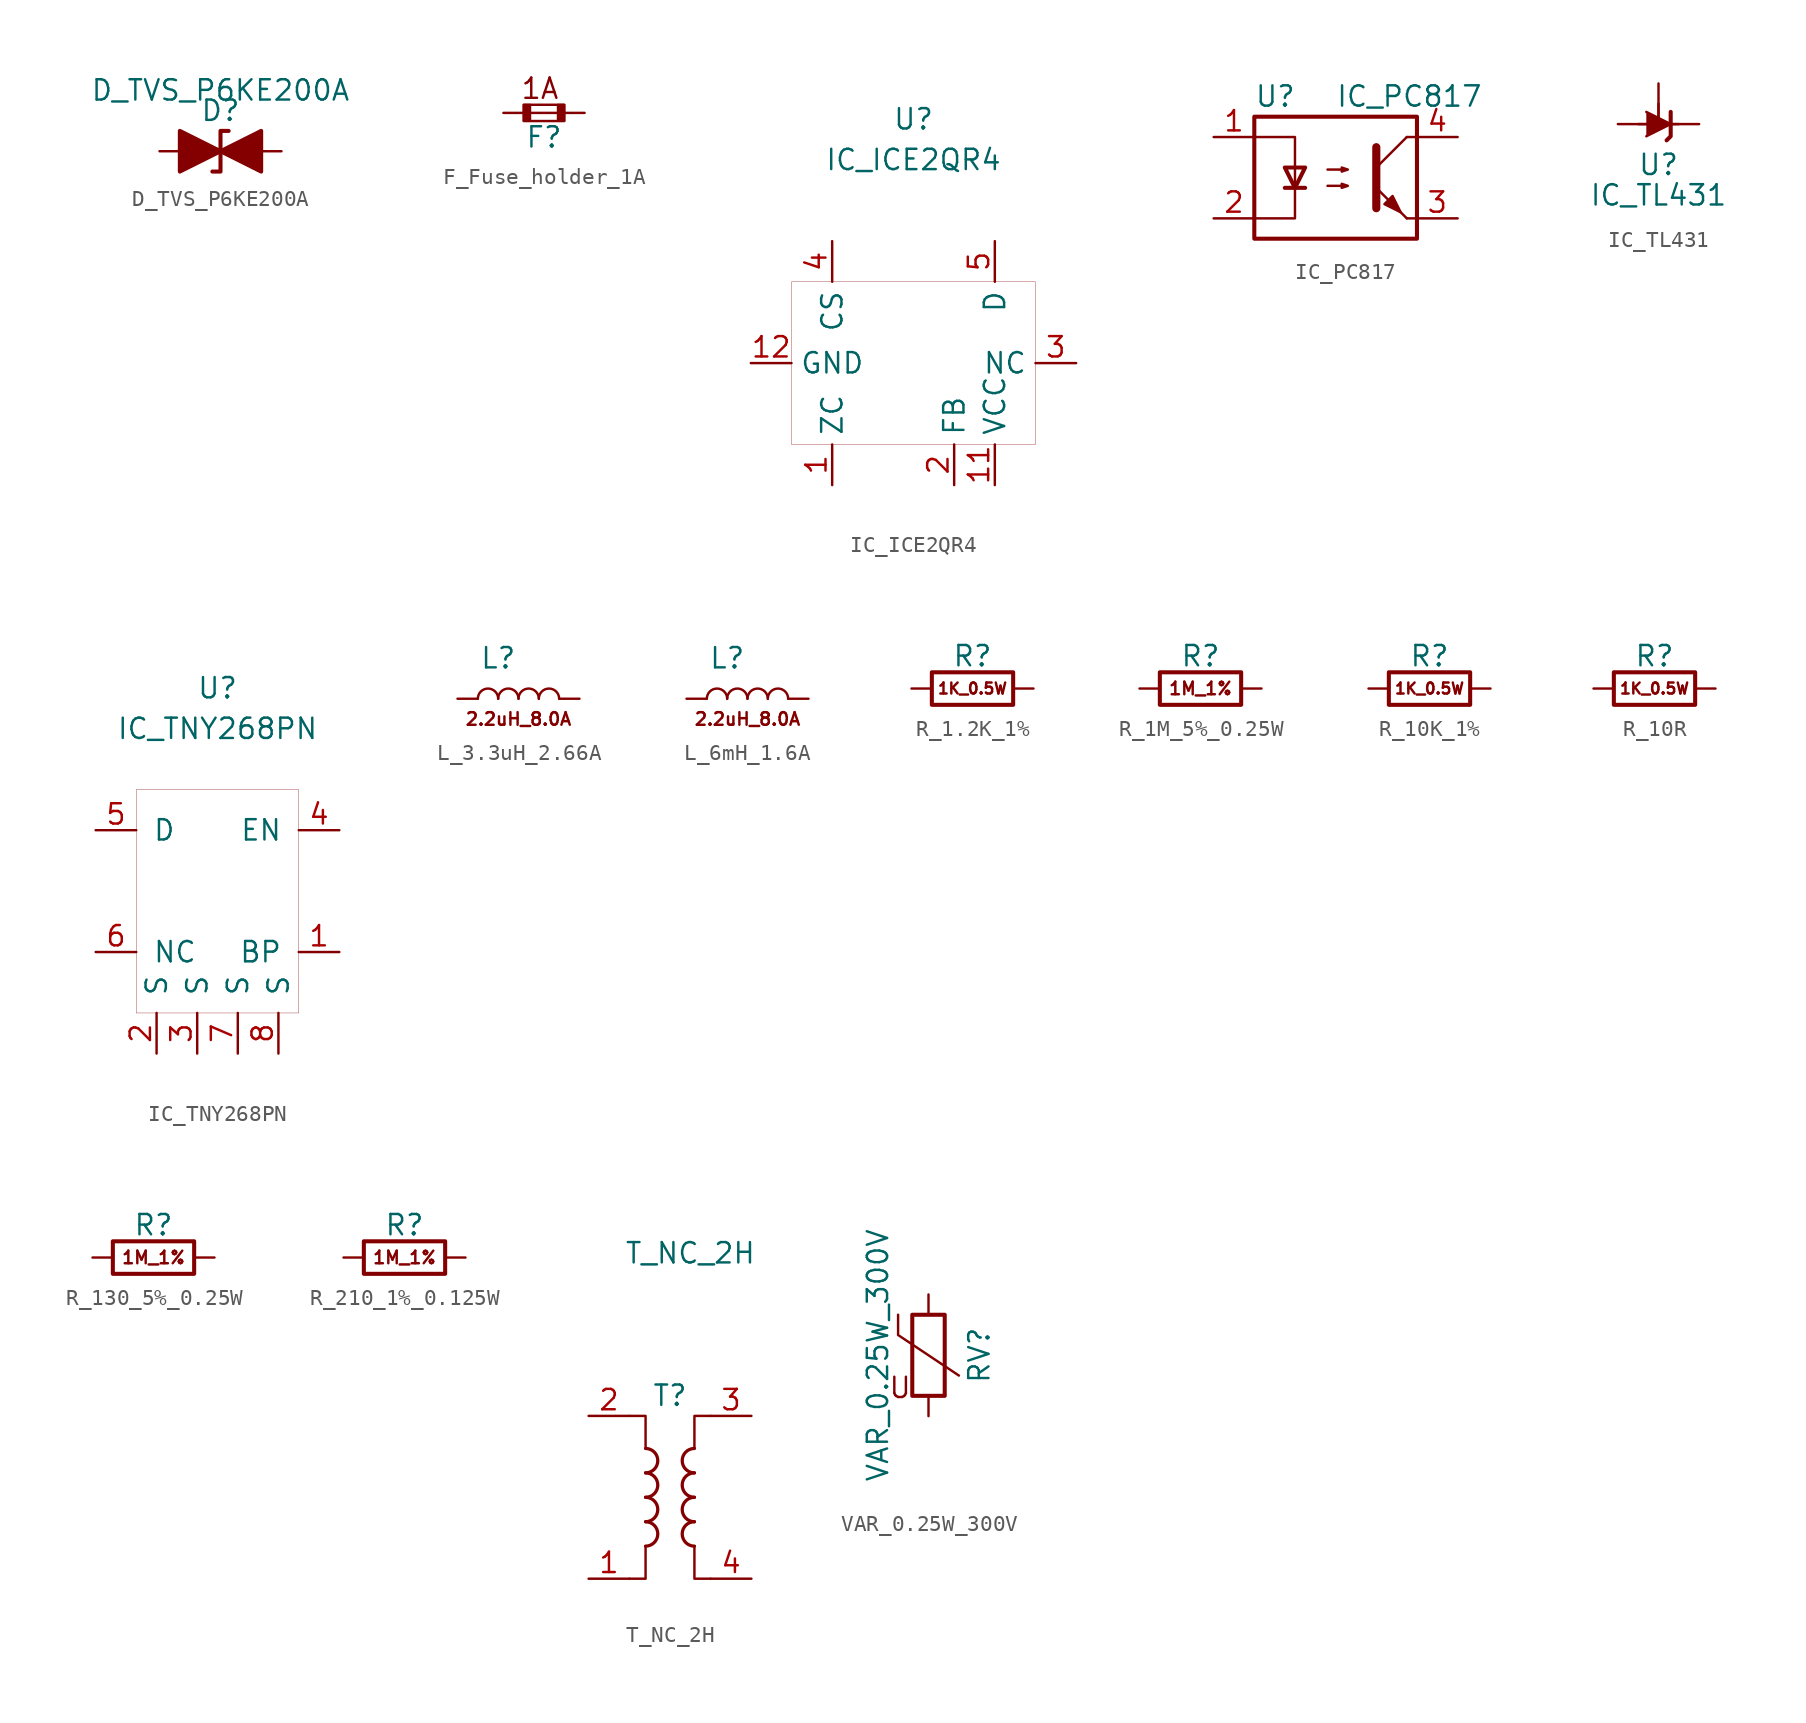
<source format=kicad_sym>
(kicad_symbol_lib
  (version 20201005)
  (generator kicad_symbol_editor)
  (symbol "ATC:D_TVS_P6KE200A"
    (pin_numbers hide)
    (pin_names
      (offset 1.016) hide)
    (property "Reference" "D"
      (at 0 2.54 0)
      (effects (font (size 1.27 1.27))))
    (property "Value" "D_TVS_P6KE200A"
      (at 0 3.81 0)
      (effects (font (size 1.27 1.27))))
    (symbol "D_TVS_P6KE200A_0_1"
      (polyline (pts (xy 1.27 0) (xy -1.27 0)) (stroke (width 0)) (fill (type none)))
      (polyline (pts (xy 0.508 1.27) (xy 0 1.27) (xy 0 -1.27) (xy -0.508 -1.27)) (stroke (width 0.254)) (fill (type none)))
      (polyline (pts (xy -2.54 1.27) (xy -2.54 -1.27) (xy 2.54 1.27) (xy 2.54 -1.27) (xy -2.54 1.27)) (stroke (width 0.254)) (fill (type outline))))
    (symbol "D_TVS_P6KE200A_1_1"
      (pin passive line (at -3.81 0 0) (length 2.54) (name "A1" (effects (font (size 1.27 1.27)))) (number "1" (effects (font (size 1.27 1.27)))))
      (pin passive line (at 3.81 0 180) (length 2.54) (name "A2" (effects (font (size 1.27 1.27)))) (number "2" (effects (font (size 1.27 1.27)))))))
  (symbol "ATC:F_Fuse_holder_1A"
    (pin_numbers hide)
    (pin_names
      (offset 0.254) hide)
    (property "Reference" "F"
      (at 0 -1.524 0)
      (effects (font (size 1.27 1.27))))
    (symbol "F_Fuse_holder_1A_0_0"
      (text "1A" (at -0.254 1.524 0) (effects (font (size 1.27 1.27)))))
    (symbol "F_Fuse_holder_1A_0_1"
      (rectangle (start -1.27 0.508) (end 1.27 -0.508) (stroke (width 0)) (fill (type none)))
      (polyline (pts (xy -1.27 0) (xy 1.27 0)) (stroke (width 0)) (fill (type none)))
      (polyline (pts (xy -1.27 0.508) (xy -0.864 0.508) (xy -0.864 -0.508) (xy -1.27 -0.508) (xy -1.27 0.508)) (stroke (width 0.127)) (fill (type outline))))
    (symbol "F_Fuse_holder_1A_1_1"
      (polyline (pts (xy 0.864 0.508) (xy 1.27 0.508) (xy 1.27 -0.508) (xy 0.864 -0.508) (xy 0.864 0.508)) (stroke (width 0.127)) (fill (type outline)))
      (pin passive line (at -2.54 0 0) (length 1.27) (name "~" (effects (font (size 1.27 1.27)))) (number "1" (effects (font (size 1.27 1.27)))))
      (pin passive line (at 2.54 0 180) (length 1.27) (name "~" (effects (font (size 1.27 1.27)))) (number "2" (effects (font (size 1.27 1.27)))))))
  (symbol "ATC:IC_ICE2QR4"
    (property "Reference" "U"
      (at 0 15.24 0)
      (effects (font (size 1.27 1.27))))
    (property "Value" "IC_ICE2QR4"
      (at 0 12.7 0)
      (effects (font (size 1.27 1.27))))
    (symbol "IC_ICE2QR4_0_0"
      (pin unspecified line (at -5.08 -7.62 90) (length 2.54) (name "ZC" (effects (font (size 1.27 1.27)))) (number "1" (effects (font (size 1.27 1.27)))))
      (pin unspecified line (at 2.54 -7.62 90) (length 2.54) (name "FB" (effects (font (size 1.27 1.27)))) (number "2" (effects (font (size 1.27 1.27)))))
      (pin unspecified line (at 5.08 -7.62 90) (length 2.54) (name "VCC" (effects (font (size 1.27 1.27)))) (number "11" (effects (font (size 1.27 1.27)))))
      (pin unspecified line (at -5.08 7.62 270) (length 2.54) (name "CS" (effects (font (size 1.27 1.27)))) (number "4" (effects (font (size 1.27 1.27)))))
      (pin unspecified line (at 5.08 7.62 270) (length 2.54) (name "D" (effects (font (size 1.27 1.27)))) (number "5" (effects (font (size 1.27 1.27)))))
      (pin unspecified line (at 5.08 7.62 270) (length 2.54) hide (name "D" (effects (font (size 1.27 1.27)))) (number "6" (effects (font (size 1.27 1.27)))))
      (pin unspecified line (at 5.08 7.62 270) (length 2.54) hide (name "D" (effects (font (size 1.27 1.27)))) (number "7" (effects (font (size 1.27 1.27)))))
      (pin unspecified line (at 5.08 7.62 270) (length 2.54) hide (name "D" (effects (font (size 1.27 1.27)))) (number "8" (effects (font (size 1.27 1.27)))))
      (pin unspecified line (at -10.16 0 0) (length 2.54) (name "GND" (effects (font (size 1.27 1.27)))) (number "12" (effects (font (size 1.27 1.27)))))
      (pin unspecified line (at 10.16 0 180) (length 2.54) (name "NC" (effects (font (size 1.27 1.27)))) (number "3" (effects (font (size 1.27 1.27)))))
      (pin unspecified line (at 10.16 0 180) (length 2.54) hide (name "NC" (effects (font (size 1.27 1.27)))) (number "10" (effects (font (size 1.27 1.27)))))
      (pin unspecified line (at 10.16 0 180) (length 2.54) hide (name "NC" (effects (font (size 1.27 1.27)))) (number "9" (effects (font (size 1.27 1.27))))))
    (symbol "IC_ICE2QR4_0_1"
      (rectangle (start -7.62 5.08) (end 7.62 -5.08) (stroke (width 0.001)) (fill (type none)))))
  (symbol "ATC:IC_PC817"
    (pin_names
      (offset 1.016))
    (property "Reference" "U"
      (at -5.08 5.08 0)
      (effects (font (size 1.27 1.27)) (justify left)))
    (property "Value" "IC_PC817"
      (at 0 5.08 0)
      (effects (font (size 1.27 1.27)) (justify left)))
    (symbol "IC_PC817_0_1"
      (rectangle (start -5.08 3.81) (end 5.08 -3.81) (stroke (width 0.254)) (fill (type none)))
      (polyline (pts (xy -3.175 -0.635) (xy -1.905 -0.635)) (stroke (width 0.254)) (fill (type none)))
      (polyline (pts (xy 2.54 0.635) (xy 4.445 2.54)) (stroke (width 0)) (fill (type none)))
      (polyline (pts (xy 4.445 -2.54) (xy 2.54 -0.635)) (stroke (width 0)) (fill (type outline)))
      (polyline (pts (xy 4.445 -2.54) (xy 5.08 -2.54)) (stroke (width 0)) (fill (type none)))
      (polyline (pts (xy 4.445 2.54) (xy 5.08 2.54)) (stroke (width 0)) (fill (type none)))
      (polyline (pts (xy -5.08 2.54) (xy -2.54 2.54) (xy -2.54 -0.635)) (stroke (width 0)) (fill (type none)))
      (polyline (pts (xy -2.54 -0.635) (xy -2.54 -2.54) (xy -5.08 -2.54)) (stroke (width 0)) (fill (type none)))
      (polyline (pts (xy 2.54 1.905) (xy 2.54 -1.905) (xy 2.54 -1.905)) (stroke (width 0.508)) (fill (type none)))
      (polyline (pts (xy -2.54 -0.635) (xy -3.175 0.635) (xy -1.905 0.635) (xy -2.54 -0.635)) (stroke (width 0.254)) (fill (type none)))
      (polyline (pts (xy -0.508 -0.508) (xy 0.762 -0.508) (xy 0.381 -0.635) (xy 0.381 -0.381) (xy 0.762 -0.508)) (stroke (width 0)) (fill (type none)))
      (polyline (pts (xy -0.508 0.508) (xy 0.762 0.508) (xy 0.381 0.381) (xy 0.381 0.635) (xy 0.762 0.508)) (stroke (width 0)) (fill (type none)))
      (polyline (pts (xy 3.048 -1.651) (xy 3.556 -1.143) (xy 4.064 -2.159) (xy 3.048 -1.651) (xy 3.048 -1.651)) (stroke (width 0)) (fill (type outline))))
    (symbol "IC_PC817_1_1"
      (pin passive line (at -7.62 2.54 0) (length 2.54) (name "~" (effects (font (size 1.27 1.27)))) (number "1" (effects (font (size 1.27 1.27)))))
      (pin passive line (at -7.62 -2.54 0) (length 2.54) (name "~" (effects (font (size 1.27 1.27)))) (number "2" (effects (font (size 1.27 1.27)))))
      (pin passive line (at 7.62 -2.54 180) (length 2.54) (name "~" (effects (font (size 1.27 1.27)))) (number "3" (effects (font (size 1.27 1.27)))))
      (pin passive line (at 7.62 2.54 180) (length 2.54) (name "~" (effects (font (size 1.27 1.27)))) (number "4" (effects (font (size 1.27 1.27)))))))
  (symbol "ATC:IC_TL431"
    (pin_numbers hide)
    (pin_names hide)
    (property "Reference" "U"
      (at 0 -2.54 0)
      (effects (font (size 1.27 1.27))))
    (property "Value" "IC_TL431"
      (at 0 -4.445 0)
      (effects (font (size 1.27 1.27))))
    (symbol "IC_TL431_0_1"
      (polyline (pts (xy -1.27 0) (xy 0 0) (xy 1.27 0)) (stroke (width 0)) (fill (type none)))
      (polyline (pts (xy -0.762 0.762) (xy 0.762 0) (xy -0.762 -0.762)) (stroke (width 0)) (fill (type outline)))
      (polyline (pts (xy 0.508 -1.016) (xy 0.762 -0.762) (xy 0.762 0.762) (xy 0.762 0.762)) (stroke (width 0.254)) (fill (type none))))
    (symbol "IC_TL431_1_1"
      (polyline (pts (xy 0 1.27) (xy 0 0)) (stroke (width 0)) (fill (type none)))
      (pin passive line (at 2.54 0 180) (length 2.54) (name "K" (effects (font (size 1.27 1.27)))) (number "1" (effects (font (size 1.27 1.27)))))
      (pin passive line (at 0 2.54 270) (length 2.54) (name "A" (effects (font (size 1.27 1.27)))) (number "2" (effects (font (size 1.27 1.27)))))
      (pin passive line (at -2.54 0 0) (length 2.54) (name "REF" (effects (font (size 1.27 1.27)))) (number "3" (effects (font (size 1.27 1.27)))))))
  (symbol "ATC:IC_TNY268PN"
    (pin_names
      (offset 1.016))
    (property "Reference" "U"
      (at 0 12.7 0)
      (effects (font (size 1.27 1.27))))
    (property "Value" "IC_TNY268PN"
      (at 0 10.16 0)
      (effects (font (size 1.27 1.27))))
    (symbol "IC_TNY268PN_0_0"
      (pin passive line (at 7.62 -3.81 180) (length 2.54) (name "BP" (effects (font (size 1.27 1.27)))) (number "1" (effects (font (size 1.27 1.27)))))
      (pin power_in line (at -3.81 -10.16 90) (length 2.54) (name "S" (effects (font (size 1.27 1.27)))) (number "2" (effects (font (size 1.27 1.27)))))
      (pin power_in line (at -1.27 -10.16 90) (length 2.54) (name "S" (effects (font (size 1.27 1.27)))) (number "3" (effects (font (size 1.27 1.27)))))
      (pin input line (at 7.62 3.81 180) (length 2.54) (name "EN" (effects (font (size 1.27 1.27)))) (number "4" (effects (font (size 1.27 1.27)))))
      (pin power_in line (at -7.62 3.81 0) (length 2.54) (name "D" (effects (font (size 1.27 1.27)))) (number "5" (effects (font (size 1.27 1.27)))))
      (pin unspecified line (at -7.62 -3.81 0) (length 2.54) (name "NC" (effects (font (size 1.27 1.27)))) (number "6" (effects (font (size 1.27 1.27)))))
      (pin power_in line (at 1.27 -10.16 90) (length 2.54) (name "S" (effects (font (size 1.27 1.27)))) (number "7" (effects (font (size 1.27 1.27)))))
      (pin power_in line (at 3.81 -10.16 90) (length 2.54) (name "S" (effects (font (size 1.27 1.27)))) (number "8" (effects (font (size 1.27 1.27))))))
    (symbol "IC_TNY268PN_0_1"
      (rectangle (start -5.08 6.35) (end 5.08 -7.62) (stroke (width 0.001)) (fill (type none)))))
  (symbol "ATC:L_3.3uH_2.66A"
    (pin_numbers hide)
    (pin_names
      (offset 1.016) hide)
    (property "Reference" "L"
      (at -1.27 2.54 0)
      (effects (font (size 1.27 1.27))))
    (symbol "L_3.3uH_2.66A_0_0"
      (text "2.2uH_8.0A" (at 0 -1.27 0) (effects (font (size 0.787 0.787)))))
    (symbol "L_3.3uH_2.66A_0_1"
      (arc (start -1.27 0) (end -2.54 0) (radius (at -1.905 0) (length 0.635) (angles 0.1 179.9)) (stroke (width 0)) (fill (type none)))
      (arc (start 0 0) (end -1.27 0) (radius (at -0.635 0) (length 0.635) (angles 0.1 179.9)) (stroke (width 0)) (fill (type none)))
      (arc (start 1.27 0) (end 0 0) (radius (at 0.635 0) (length 0.635) (angles 0.1 179.9)) (stroke (width 0)) (fill (type none)))
      (arc (start 2.54 0) (end 1.27 0) (radius (at 1.905 0) (length 0.635) (angles 0.1 179.9)) (stroke (width 0)) (fill (type none))))
    (symbol "L_3.3uH_2.66A_1_1"
      (pin passive line (at -3.81 0 0) (length 1.27) (name "1" (effects (font (size 1.27 1.27)))) (number "1" (effects (font (size 1.27 1.27)))))
      (pin passive line (at 3.81 0 180) (length 1.27) (name "2" (effects (font (size 1.27 1.27)))) (number "2" (effects (font (size 1.27 1.27)))))))
  (symbol "ATC:L_6mH_1.6A"
    (pin_numbers hide)
    (pin_names
      (offset 1.016) hide)
    (property "Reference" "L"
      (at -1.27 2.54 0)
      (effects (font (size 1.27 1.27))))
    (symbol "L_6mH_1.6A_0_0"
      (text "2.2uH_8.0A" (at 0 -1.27 0) (effects (font (size 0.787 0.787)))))
    (symbol "L_6mH_1.6A_0_1"
      (arc (start -1.27 0) (end -2.54 0) (radius (at -1.905 0) (length 0.635) (angles 0.1 179.9)) (stroke (width 0)) (fill (type none)))
      (arc (start 0 0) (end -1.27 0) (radius (at -0.635 0) (length 0.635) (angles 0.1 179.9)) (stroke (width 0)) (fill (type none)))
      (arc (start 1.27 0) (end 0 0) (radius (at 0.635 0) (length 0.635) (angles 0.1 179.9)) (stroke (width 0)) (fill (type none)))
      (arc (start 2.54 0) (end 1.27 0) (radius (at 1.905 0) (length 0.635) (angles 0.1 179.9)) (stroke (width 0)) (fill (type none))))
    (symbol "L_6mH_1.6A_1_1"
      (pin passive line (at -3.81 0 0) (length 1.27) (name "1" (effects (font (size 1.27 1.27)))) (number "1" (effects (font (size 1.27 1.27)))))
      (pin passive line (at 3.81 0 180) (length 1.27) (name "2" (effects (font (size 1.27 1.27)))) (number "2" (effects (font (size 1.27 1.27)))))))
  (symbol "ATC:R_1.2K_1%"
    (pin_numbers hide)
    (pin_names
      (offset 0))
    (property "Reference" "R"
      (at 0 2.032 0)
      (effects (font (size 1.27 1.27))))
    (symbol "R_1.2K_1%_0_0"
      (text "1K_0.5W" (at 0 0 0) (effects (font (size 0.686 0.686)))))
    (symbol "R_1.2K_1%_0_1"
      (rectangle (start 2.54 -1.016) (end -2.54 1.016) (stroke (width 0.254)) (fill (type none))))
    (symbol "R_1.2K_1%_1_1"
      (pin passive line (at -3.81 0 0) (length 1.27) (name "~" (effects (font (size 1.27 1.27)))) (number "1" (effects (font (size 1.27 1.27)))))
      (pin passive line (at 3.81 0 180) (length 1.27) (name "~" (effects (font (size 1.27 1.27)))) (number "2" (effects (font (size 1.27 1.27)))))))
  (symbol "ATC:R_1M_5%_0.25W"
    (pin_numbers hide)
    (pin_names
      (offset 0))
    (property "Reference" "R"
      (at 0 2.032 0)
      (effects (font (size 1.27 1.27))))
    (symbol "R_1M_5%_0.25W_0_0"
      (text "1M_1%" (at 0 0 0) (effects (font (size 0.787 0.787)))))
    (symbol "R_1M_5%_0.25W_0_1"
      (rectangle (start 2.54 -1.016) (end -2.54 1.016) (stroke (width 0.254)) (fill (type none))))
    (symbol "R_1M_5%_0.25W_1_1"
      (pin passive line (at -3.81 0 0) (length 1.27) (name "~" (effects (font (size 1.27 1.27)))) (number "1" (effects (font (size 1.27 1.27)))))
      (pin passive line (at 3.81 0 180) (length 1.27) (name "~" (effects (font (size 1.27 1.27)))) (number "2" (effects (font (size 1.27 1.27)))))))
  (symbol "ATC:R_10K_1%"
    (pin_numbers hide)
    (pin_names
      (offset 0))
    (property "Reference" "R"
      (at 0 2.032 0)
      (effects (font (size 1.27 1.27))))
    (symbol "R_10K_1%_0_0"
      (text "1K_0.5W" (at 0 0 0) (effects (font (size 0.686 0.686)))))
    (symbol "R_10K_1%_0_1"
      (rectangle (start 2.54 -1.016) (end -2.54 1.016) (stroke (width 0.254)) (fill (type none))))
    (symbol "R_10K_1%_1_1"
      (pin passive line (at -3.81 0 0) (length 1.27) (name "~" (effects (font (size 1.27 1.27)))) (number "1" (effects (font (size 1.27 1.27)))))
      (pin passive line (at 3.81 0 180) (length 1.27) (name "~" (effects (font (size 1.27 1.27)))) (number "2" (effects (font (size 1.27 1.27)))))))
  (symbol "ATC:R_10R"
    (pin_numbers hide)
    (pin_names
      (offset 0))
    (property "Reference" "R"
      (at 0 2.032 0)
      (effects (font (size 1.27 1.27))))
    (symbol "R_10R_0_0"
      (text "1K_0.5W" (at 0 0 0) (effects (font (size 0.686 0.686)))))
    (symbol "R_10R_0_1"
      (rectangle (start 2.54 -1.016) (end -2.54 1.016) (stroke (width 0.254)) (fill (type none))))
    (symbol "R_10R_1_1"
      (pin passive line (at -3.81 0 0) (length 1.27) (name "~" (effects (font (size 1.27 1.27)))) (number "1" (effects (font (size 1.27 1.27)))))
      (pin passive line (at 3.81 0 180) (length 1.27) (name "~" (effects (font (size 1.27 1.27)))) (number "2" (effects (font (size 1.27 1.27)))))))
  (symbol "ATC:R_130_5%_0.25W"
    (pin_numbers hide)
    (pin_names
      (offset 0))
    (property "Reference" "R"
      (at 0 2.032 0)
      (effects (font (size 1.27 1.27))))
    (symbol "R_130_5%_0.25W_0_0"
      (text "1M_1%" (at 0 0 0) (effects (font (size 0.787 0.787)))))
    (symbol "R_130_5%_0.25W_0_1"
      (rectangle (start 2.54 -1.016) (end -2.54 1.016) (stroke (width 0.254)) (fill (type none))))
    (symbol "R_130_5%_0.25W_1_1"
      (pin passive line (at -3.81 0 0) (length 1.27) (name "~" (effects (font (size 1.27 1.27)))) (number "1" (effects (font (size 1.27 1.27)))))
      (pin passive line (at 3.81 0 180) (length 1.27) (name "~" (effects (font (size 1.27 1.27)))) (number "2" (effects (font (size 1.27 1.27)))))))
  (symbol "ATC:R_210_1%_0.125W"
    (pin_numbers hide)
    (pin_names
      (offset 0))
    (property "Reference" "R"
      (at 0 2.032 0)
      (effects (font (size 1.27 1.27))))
    (symbol "R_210_1%_0.125W_0_0"
      (text "1M_1%" (at 0 0 0) (effects (font (size 0.787 0.787)))))
    (symbol "R_210_1%_0.125W_0_1"
      (rectangle (start 2.54 -1.016) (end -2.54 1.016) (stroke (width 0.254)) (fill (type none))))
    (symbol "R_210_1%_0.125W_1_1"
      (pin passive line (at -3.81 0 0) (length 1.27) (name "~" (effects (font (size 1.27 1.27)))) (number "1" (effects (font (size 1.27 1.27)))))
      (pin passive line (at 3.81 0 180) (length 1.27) (name "~" (effects (font (size 1.27 1.27)))) (number "2" (effects (font (size 1.27 1.27)))))))
  (symbol "ATC:T_NC_2H"
    (pin_names hide)
    (property "Reference" "T"
      (at 0 6.35 0)
      (effects (font (size 1.27 1.27))))
    (property "Value" "T_NC_2H"
      (at 1.27 15.24 0)
      (effects (font (size 1.27 1.27))))
    (symbol "T_NC_2H_0_1"
      (arc (start -1.524 -3.048) (end -1.524 -1.524) (radius (at -1.524 -2.286) (length 0.762) (angles -89.9 89.9)) (stroke (width 0.2032)) (fill (type none)))
      (arc (start -1.524 -1.524) (end -1.524 0) (radius (at -1.524 -0.762) (length 0.762) (angles -89.9 89.9)) (stroke (width 0.2032)) (fill (type none)))
      (arc (start -1.524 0) (end -1.524 1.524) (radius (at -1.524 0.762) (length 0.762) (angles -89.9 89.9)) (stroke (width 0.2032)) (fill (type none)))
      (arc (start -1.524 1.524) (end -1.524 3.048) (radius (at -1.524 2.286) (length 0.762) (angles -89.9 89.9)) (stroke (width 0.2032)) (fill (type none)))
      (arc (start 1.524 -1.524) (end 1.524 -3.048) (radius (at 1.524 -2.286) (length 0.762) (angles 90.1 -90.1)) (stroke (width 0.2032)) (fill (type none)))
      (arc (start 1.524 0) (end 1.524 -1.524) (radius (at 1.524 -0.762) (length 0.762) (angles 90.1 -90.1)) (stroke (width 0.2032)) (fill (type none)))
      (arc (start 1.524 1.524) (end 1.524 0) (radius (at 1.524 0.762) (length 0.762) (angles 90.1 -90.1)) (stroke (width 0.2032)) (fill (type none)))
      (arc (start 1.524 3.048) (end 1.524 1.524) (radius (at 1.524 2.286) (length 0.762) (angles 90.1 -90.1)) (stroke (width 0.2032)) (fill (type none)))
      (polyline (pts (xy -2.54 5.08) (xy -1.524 5.08) (xy -1.524 3.048) (xy -1.524 3.048)) (stroke (width 0.152)) (fill (type none)))
      (polyline (pts (xy -1.524 -3.048) (xy -1.524 -5.08) (xy -2.54 -5.08) (xy -2.54 -5.08)) (stroke (width 0.152)) (fill (type none)))
      (polyline (pts (xy 1.524 3.048) (xy 1.524 5.08) (xy 2.54 5.08) (xy 2.54 5.08)) (stroke (width 0.152)) (fill (type none)))
      (polyline (pts (xy 2.54 -5.08) (xy 1.524 -5.08) (xy 1.524 -3.048) (xy 1.524 -3.048)) (stroke (width 0.152)) (fill (type none))))
    (symbol "T_NC_2H_1_1"
      (pin passive line (at -5.08 -5.08 0) (length 2.54) (name "~" (effects (font (size 1.27 1.27)))) (number "1" (effects (font (size 1.27 1.27)))))
      (pin passive line (at -5.08 5.08 0) (length 2.54) (name "~" (effects (font (size 1.27 1.27)))) (number "2" (effects (font (size 1.27 1.27)))))
      (pin passive line (at 5.08 5.08 180) (length 2.54) (name "~" (effects (font (size 1.27 1.27)))) (number "3" (effects (font (size 1.27 1.27)))))
      (pin passive line (at 5.08 -5.08 180) (length 2.54) (name "~" (effects (font (size 1.27 1.27)))) (number "4" (effects (font (size 1.27 1.27)))))))
  (symbol "ATC:VAR_0.25W_300V"
    (pin_numbers hide)
    (pin_names
      (offset 0))
    (property "Reference" "RV"
      (at 3.175 0 90)
      (effects (font (size 1.27 1.27))))
    (property "Value" "VAR_0.25W_300V"
      (at -3.175 0 90)
      (effects (font (size 1.27 1.27))))
    (symbol "VAR_0.25W_300V_0_0"
      (text "U" (at -1.778 -2.032 0) (effects (font (size 1.27 1.27)))))
    (symbol "VAR_0.25W_300V_0_1"
      (rectangle (start -1.016 -2.54) (end 1.016 2.54) (stroke (width 0.254)) (fill (type none)))
      (polyline (pts (xy -1.905 2.54) (xy -1.905 1.27) (xy 1.905 -1.27)) (stroke (width 0)) (fill (type none))))
    (symbol "VAR_0.25W_300V_1_1"
      (pin passive line (at 0 3.81 270) (length 1.27) (name "~" (effects (font (size 1.27 1.27)))) (number "1" (effects (font (size 1.27 1.27)))))
      (pin passive line (at 0 -3.81 90) (length 1.27) (name "~" (effects (font (size 1.27 1.27)))) (number "2" (effects (font (size 1.27 1.27))))))))
</source>
